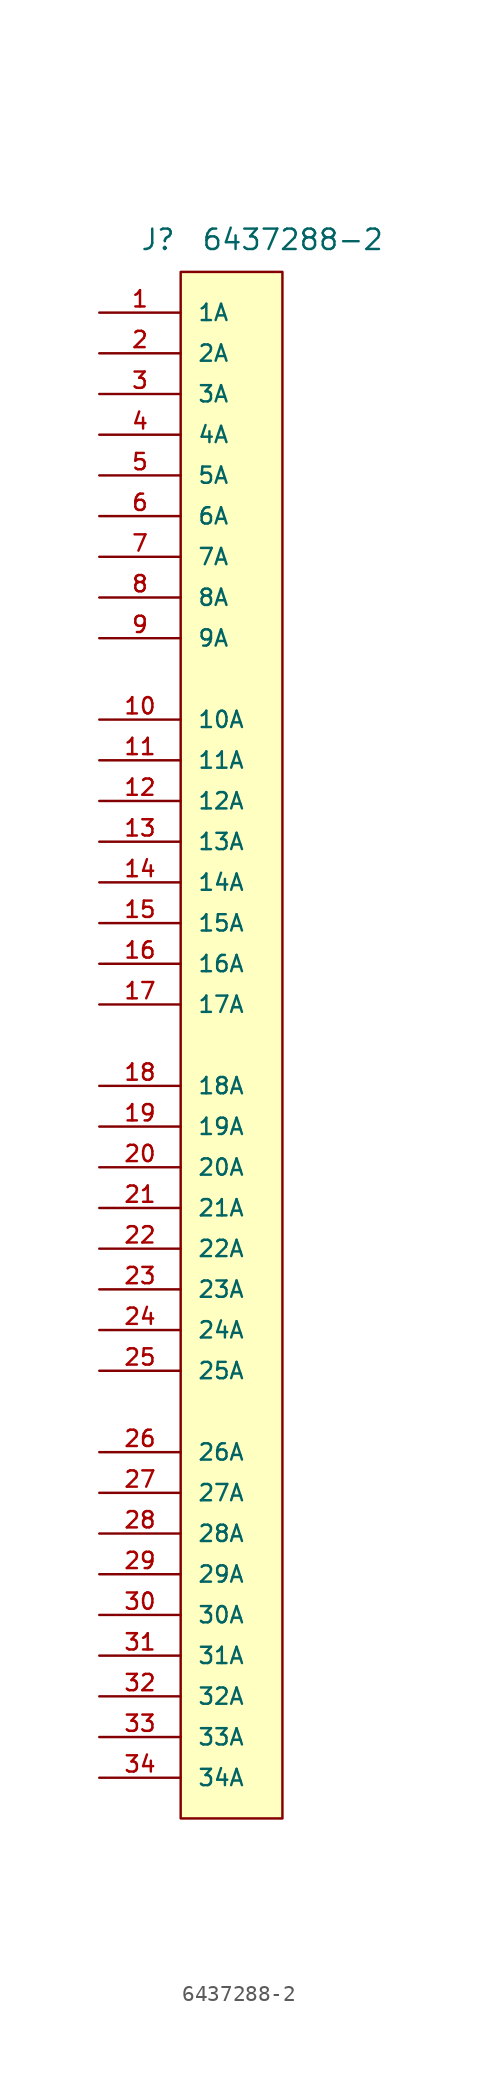
<source format=kicad_sym>
(kicad_symbol_lib
  (version 20211014)
  (generator kicad_symbol_editor)
  (symbol "6437288-2"
    (pin_names
      (offset 1.016))
    (property "Reference" "J"
      (at 2.54 3.81 0)
      (effects (font (size 1.27 1.27)) (justify left bottom)))
    (property "Value" "6437288-2"
      (at 6.35 3.81 0)
      (effects (font (size 1.27 1.27)) (justify left bottom)))
    (property "ki_locked" ""
      (at 0 0 0)
      (effects (font (size 1.27 1.27))))
    (symbol "6437288-2_1_0"
      (pin passive line (at 0 0 0) (length 5.08) (name "1A" (effects (font (size 1.016 1.016)))) (number "1" (effects (font (size 1.016 1.016)))))
      (pin passive line (at 0 -25.4 0) (length 5.08) (name "10A" (effects (font (size 1.016 1.016)))) (number "10" (effects (font (size 1.016 1.016)))))
      (pin passive line (at 0 -27.94 0) (length 5.08) (name "11A" (effects (font (size 1.016 1.016)))) (number "11" (effects (font (size 1.016 1.016)))))
      (pin passive line (at 0 -30.48 0) (length 5.08) (name "12A" (effects (font (size 1.016 1.016)))) (number "12" (effects (font (size 1.016 1.016)))))
      (pin passive line (at 0 -33.02 0) (length 5.08) (name "13A" (effects (font (size 1.016 1.016)))) (number "13" (effects (font (size 1.016 1.016)))))
      (pin passive line (at 0 -35.56 0) (length 5.08) (name "14A" (effects (font (size 1.016 1.016)))) (number "14" (effects (font (size 1.016 1.016)))))
      (pin passive line (at 0 -38.1 0) (length 5.08) (name "15A" (effects (font (size 1.016 1.016)))) (number "15" (effects (font (size 1.016 1.016)))))
      (pin passive line (at 0 -40.64 0) (length 5.08) (name "16A" (effects (font (size 1.016 1.016)))) (number "16" (effects (font (size 1.016 1.016)))))
      (pin passive line (at 0 -43.18 0) (length 5.08) (name "17A" (effects (font (size 1.016 1.016)))) (number "17" (effects (font (size 1.016 1.016)))))
      (pin passive line (at 0 -48.26 0) (length 5.08) (name "18A" (effects (font (size 1.016 1.016)))) (number "18" (effects (font (size 1.016 1.016)))))
      (pin passive line (at 0 -50.8 0) (length 5.08) (name "19A" (effects (font (size 1.016 1.016)))) (number "19" (effects (font (size 1.016 1.016)))))
      (pin passive line (at 0 -2.54 0) (length 5.08) (name "2A" (effects (font (size 1.016 1.016)))) (number "2" (effects (font (size 1.016 1.016)))))
      (pin passive line (at 0 -53.34 0) (length 5.08) (name "20A" (effects (font (size 1.016 1.016)))) (number "20" (effects (font (size 1.016 1.016)))))
      (pin passive line (at 0 -55.88 0) (length 5.08) (name "21A" (effects (font (size 1.016 1.016)))) (number "21" (effects (font (size 1.016 1.016)))))
      (pin passive line (at 0 -58.42 0) (length 5.08) (name "22A" (effects (font (size 1.016 1.016)))) (number "22" (effects (font (size 1.016 1.016)))))
      (pin passive line (at 0 -60.96 0) (length 5.08) (name "23A" (effects (font (size 1.016 1.016)))) (number "23" (effects (font (size 1.016 1.016)))))
      (pin passive line (at 0 -63.5 0) (length 5.08) (name "24A" (effects (font (size 1.016 1.016)))) (number "24" (effects (font (size 1.016 1.016)))))
      (pin passive line (at 0 -66.04 0) (length 5.08) (name "25A" (effects (font (size 1.016 1.016)))) (number "25" (effects (font (size 1.016 1.016)))))
      (pin passive line (at 0 -71.12 0) (length 5.08) (name "26A" (effects (font (size 1.016 1.016)))) (number "26" (effects (font (size 1.016 1.016)))))
      (pin passive line (at 0 -73.66 0) (length 5.08) (name "27A" (effects (font (size 1.016 1.016)))) (number "27" (effects (font (size 1.016 1.016)))))
      (pin passive line (at 0 -76.2 0) (length 5.08) (name "28A" (effects (font (size 1.016 1.016)))) (number "28" (effects (font (size 1.016 1.016)))))
      (pin passive line (at 0 -78.74 0) (length 5.08) (name "29A" (effects (font (size 1.016 1.016)))) (number "29" (effects (font (size 1.016 1.016)))))
      (pin passive line (at 0 -5.08 0) (length 5.08) (name "3A" (effects (font (size 1.016 1.016)))) (number "3" (effects (font (size 1.016 1.016)))))
      (pin passive line (at 0 -81.28 0) (length 5.08) (name "30A" (effects (font (size 1.016 1.016)))) (number "30" (effects (font (size 1.016 1.016)))))
      (pin passive line (at 0 -83.82 0) (length 5.08) (name "31A" (effects (font (size 1.016 1.016)))) (number "31" (effects (font (size 1.016 1.016)))))
      (pin passive line (at 0 -86.36 0) (length 5.08) (name "32A" (effects (font (size 1.016 1.016)))) (number "32" (effects (font (size 1.016 1.016)))))
      (pin passive line (at 0 -88.9 0) (length 5.08) (name "33A" (effects (font (size 1.016 1.016)))) (number "33" (effects (font (size 1.016 1.016)))))
      (pin passive line (at 0 -91.44 0) (length 5.08) (name "34A" (effects (font (size 1.016 1.016)))) (number "34" (effects (font (size 1.016 1.016)))))
      (pin passive line (at 0 -7.62 0) (length 5.08) (name "4A" (effects (font (size 1.016 1.016)))) (number "4" (effects (font (size 1.016 1.016)))))
      (pin passive line (at 0 -10.16 0) (length 5.08) (name "5A" (effects (font (size 1.016 1.016)))) (number "5" (effects (font (size 1.016 1.016)))))
      (pin passive line (at 0 -12.7 0) (length 5.08) (name "6A" (effects (font (size 1.016 1.016)))) (number "6" (effects (font (size 1.016 1.016)))))
      (pin passive line (at 0 -15.24 0) (length 5.08) (name "7A" (effects (font (size 1.016 1.016)))) (number "7" (effects (font (size 1.016 1.016)))))
      (pin passive line (at 0 -17.78 0) (length 5.08) (name "8A" (effects (font (size 1.016 1.016)))) (number "8" (effects (font (size 1.016 1.016)))))
      (pin passive line (at 0 -20.32 0) (length 5.08) (name "9A" (effects (font (size 1.016 1.016)))) (number "9" (effects (font (size 1.016 1.016))))))
    (symbol "6437288-2_1_1"
      (rectangle (start 5.08 2.54) (end 11.43 -93.98) (stroke (width 0) (type default) (color 0 0 0 0)) (fill (type background))))))
</source>
